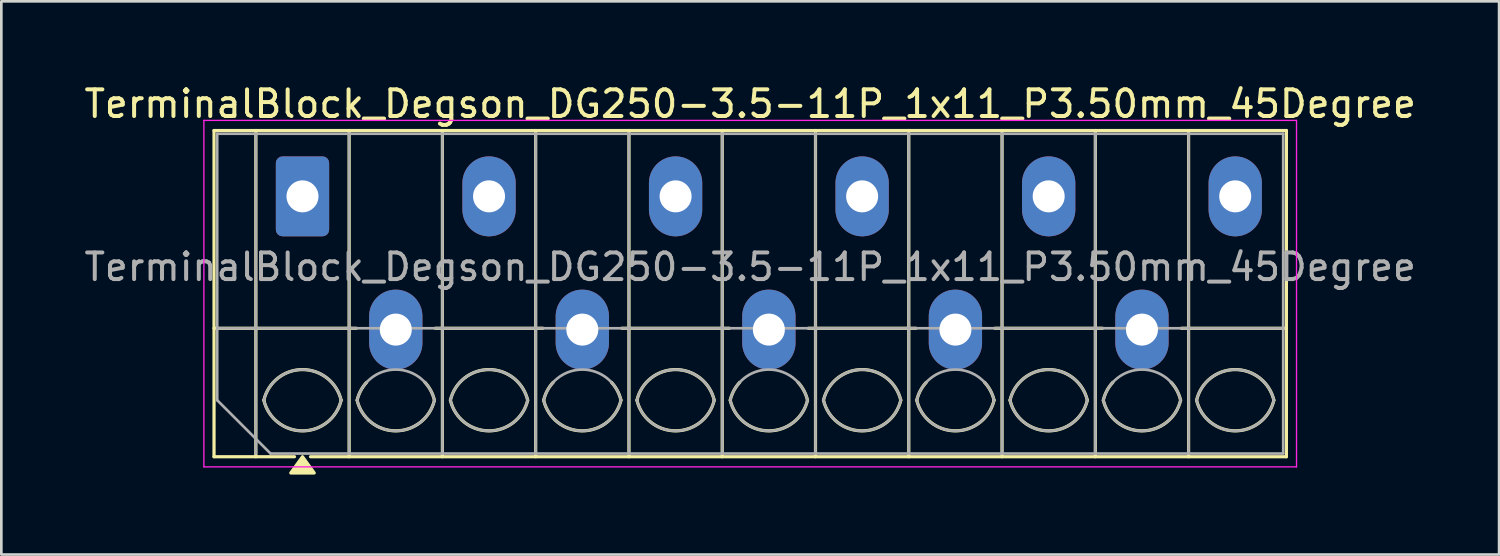
<source format=kicad_pcb>
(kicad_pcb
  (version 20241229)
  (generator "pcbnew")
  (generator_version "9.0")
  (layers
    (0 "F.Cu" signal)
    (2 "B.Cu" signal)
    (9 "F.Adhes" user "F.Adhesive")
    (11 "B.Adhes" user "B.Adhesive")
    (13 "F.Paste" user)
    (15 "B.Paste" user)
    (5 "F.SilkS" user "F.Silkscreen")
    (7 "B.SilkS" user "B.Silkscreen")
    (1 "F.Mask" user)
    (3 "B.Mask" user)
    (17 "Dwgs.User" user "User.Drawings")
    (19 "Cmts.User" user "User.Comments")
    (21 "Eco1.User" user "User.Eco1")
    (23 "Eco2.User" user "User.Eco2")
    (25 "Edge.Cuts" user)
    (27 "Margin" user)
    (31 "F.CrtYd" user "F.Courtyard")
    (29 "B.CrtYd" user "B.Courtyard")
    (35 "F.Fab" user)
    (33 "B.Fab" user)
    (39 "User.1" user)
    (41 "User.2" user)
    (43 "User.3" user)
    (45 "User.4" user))
  (footprint "TerminalBlock_Degson_DG250-3.5-11P_1x11_P3.50mm_45Degree"
    (layer "F.Cu")
    (at 8.301 4.318)
    (property "Reference" "TerminalBlock_Degson_DG250-3.5-11P_1x11_P3.50mm_45Degree" (at 16.8 -3.47 0) (layer "F.SilkS") (effects (font (size 1 1) (thickness 0.15))))
    (attr through_hole)
    (fp_line (start -3.32 -2.47) (end 36.92 -2.47) (stroke (width 0.12) (type solid)) (layer "F.SilkS"))
    (fp_line (start -3.32 4.95) (end 2.02 4.95) (stroke (width 0.12) (type solid)) (layer "F.SilkS"))
    (fp_line (start -3.32 9.77) (end -3.32 -2.47) (stroke (width 0.12) (type solid)) (layer "F.SilkS"))
    (fp_line (start -1.75 -2.47) (end -1.75 9.77) (stroke (width 0.12) (type solid)) (layer "F.SilkS"))
    (fp_line (start -0.3 9.77) (end -3.32 9.77) (stroke (width 0.12) (type solid)) (layer "F.SilkS"))
    (fp_line (start 1.75 -2.47) (end 1.75 9.77) (stroke (width 0.12) (type solid)) (layer "F.SilkS"))
    (fp_line (start 4.98 4.95) (end 9.02 4.95) (stroke (width 0.12) (type solid)) (layer "F.SilkS"))
    (fp_line (start 5.25 -2.47) (end 5.25 9.77) (stroke (width 0.12) (type solid)) (layer "F.SilkS"))
    (fp_line (start 8.75 -2.47) (end 8.75 9.77) (stroke (width 0.12) (type solid)) (layer "F.SilkS"))
    (fp_line (start 11.98 4.95) (end 16.02 4.95) (stroke (width 0.12) (type solid)) (layer "F.SilkS"))
    (fp_line (start 12.25 -2.47) (end 12.25 9.77) (stroke (width 0.12) (type solid)) (layer "F.SilkS"))
    (fp_line (start 15.75 -2.47) (end 15.75 9.77) (stroke (width 0.12) (type solid)) (layer "F.SilkS"))
    (fp_line (start 18.98 4.95) (end 23.02 4.95) (stroke (width 0.12) (type solid)) (layer "F.SilkS"))
    (fp_line (start 19.25 -2.47) (end 19.25 9.77) (stroke (width 0.12) (type solid)) (layer "F.SilkS"))
    (fp_line (start 22.75 -2.47) (end 22.75 9.77) (stroke (width 0.12) (type solid)) (layer "F.SilkS"))
    (fp_line (start 25.98 4.95) (end 30.02 4.95) (stroke (width 0.12) (type solid)) (layer "F.SilkS"))
    (fp_line (start 26.25 -2.47) (end 26.25 9.77) (stroke (width 0.12) (type solid)) (layer "F.SilkS"))
    (fp_line (start 29.75 -2.47) (end 29.75 9.77) (stroke (width 0.12) (type solid)) (layer "F.SilkS"))
    (fp_line (start 32.98 4.95) (end 36.92 4.95) (stroke (width 0.12) (type solid)) (layer "F.SilkS"))
    (fp_line (start 33.25 -2.47) (end 33.25 9.77) (stroke (width 0.12) (type solid)) (layer "F.SilkS"))
    (fp_line (start 36.92 -2.47) (end 36.92 9.77) (stroke (width 0.12) (type solid)) (layer "F.SilkS"))
    (fp_line (start 36.92 9.77) (end 0.3 9.77) (stroke (width 0.12) (type solid)) (layer "F.SilkS"))
    (fp_arc (start -1.45 7.65) (mid 0 6.5) (end 1.45 7.65) (stroke (width 0.12) (type solid)) (layer "F.SilkS"))
    (fp_arc (start 1.45 7.65) (mid 0 8.8) (end -1.45 7.65) (stroke (width 0.12) (type solid)) (layer "F.SilkS"))
    (fp_arc (start 2.05 7.65) (mid 2.18402 7.291962) (end 2.405 6.98) (stroke (width 0.12) (type solid)) (layer "F.SilkS"))
    (fp_arc (start 4.595 6.98) (mid 4.81598 7.291962) (end 4.95 7.65) (stroke (width 0.12) (type solid)) (layer "F.SilkS"))
    (fp_arc (start 4.95 7.65) (mid 3.5 8.8) (end 2.05 7.65) (stroke (width 0.12) (type solid)) (layer "F.SilkS"))
    (fp_arc (start 5.55 7.65) (mid 7 6.5) (end 8.45 7.65) (stroke (width 0.12) (type solid)) (layer "F.SilkS"))
    (fp_arc (start 8.45 7.65) (mid 7 8.8) (end 5.55 7.65) (stroke (width 0.12) (type solid)) (layer "F.SilkS"))
    (fp_arc (start 9.05 7.65) (mid 9.18402 7.291962) (end 9.405 6.98) (stroke (width 0.12) (type solid)) (layer "F.SilkS"))
    (fp_arc (start 11.595 6.98) (mid 11.81598 7.291962) (end 11.95 7.65) (stroke (width 0.12) (type solid)) (layer "F.SilkS"))
    (fp_arc (start 11.95 7.65) (mid 10.5 8.8) (end 9.05 7.65) (stroke (width 0.12) (type solid)) (layer "F.SilkS"))
    (fp_arc (start 12.55 7.65) (mid 14 6.5) (end 15.45 7.65) (stroke (width 0.12) (type solid)) (layer "F.SilkS"))
    (fp_arc (start 15.45 7.65) (mid 14 8.8) (end 12.55 7.65) (stroke (width 0.12) (type solid)) (layer "F.SilkS"))
    (fp_arc (start 16.05 7.65) (mid 16.18402 7.291962) (end 16.405 6.98) (stroke (width 0.12) (type solid)) (layer "F.SilkS"))
    (fp_arc (start 18.595 6.98) (mid 18.81598 7.291962) (end 18.95 7.65) (stroke (width 0.12) (type solid)) (layer "F.SilkS"))
    (fp_arc (start 18.95 7.65) (mid 17.5 8.8) (end 16.05 7.65) (stroke (width 0.12) (type solid)) (layer "F.SilkS"))
    (fp_arc (start 19.55 7.65) (mid 21 6.5) (end 22.45 7.65) (stroke (width 0.12) (type solid)) (layer "F.SilkS"))
    (fp_arc (start 22.45 7.65) (mid 21 8.8) (end 19.55 7.65) (stroke (width 0.12) (type solid)) (layer "F.SilkS"))
    (fp_arc (start 23.05 7.65) (mid 23.18402 7.291962) (end 23.405 6.98) (stroke (width 0.12) (type solid)) (layer "F.SilkS"))
    (fp_arc (start 25.595 6.98) (mid 25.81598 7.291962) (end 25.95 7.65) (stroke (width 0.12) (type solid)) (layer "F.SilkS"))
    (fp_arc (start 25.95 7.65) (mid 24.5 8.8) (end 23.05 7.65) (stroke (width 0.12) (type solid)) (layer "F.SilkS"))
    (fp_arc (start 26.55 7.65) (mid 28 6.5) (end 29.45 7.65) (stroke (width 0.12) (type solid)) (layer "F.SilkS"))
    (fp_arc (start 29.45 7.65) (mid 28 8.8) (end 26.55 7.65) (stroke (width 0.12) (type solid)) (layer "F.SilkS"))
    (fp_arc (start 30.05 7.65) (mid 30.18402 7.291962) (end 30.405 6.98) (stroke (width 0.12) (type solid)) (layer "F.SilkS"))
    (fp_arc (start 32.595 6.98) (mid 32.81598 7.291962) (end 32.95 7.65) (stroke (width 0.12) (type solid)) (layer "F.SilkS"))
    (fp_arc (start 32.95 7.65) (mid 31.5 8.8) (end 30.05 7.65) (stroke (width 0.12) (type solid)) (layer "F.SilkS"))
    (fp_arc (start 33.55 7.65) (mid 35 6.5) (end 36.45 7.65) (stroke (width 0.12) (type solid)) (layer "F.SilkS"))
    (fp_arc (start 36.45 7.65) (mid 35 8.8) (end 33.55 7.65) (stroke (width 0.12) (type solid)) (layer "F.SilkS"))
    (fp_poly (pts (xy 0 9.77) (xy 0.44 10.38) (xy -0.44 10.38)) (stroke (width 0.12) (type solid)) (fill yes) (layer "F.SilkS"))
    (fp_line (start -3.7 -2.85) (end -3.7 10.15) (stroke (width 0.05) (type solid)) (layer "F.CrtYd"))
    (fp_line (start -3.7 10.15) (end 37.3 10.15) (stroke (width 0.05) (type solid)) (layer "F.CrtYd"))
    (fp_line (start 37.3 -2.85) (end -3.7 -2.85) (stroke (width 0.05) (type solid)) (layer "F.CrtYd"))
    (fp_line (start 37.3 10.15) (end 37.3 -2.85) (stroke (width 0.05) (type solid)) (layer "F.CrtYd"))
    (fp_line (start -3.2 -2.35) (end 36.8 -2.35) (stroke (width 0.1) (type solid)) (layer "F.Fab"))
    (fp_line (start -3.2 4.95) (end 36.8 4.95) (stroke (width 0.1) (type solid)) (layer "F.Fab"))
    (fp_line (start -3.2 7.65) (end -3.2 -2.35) (stroke (width 0.1) (type solid)) (layer "F.Fab"))
    (fp_line (start -1.75 -2.35) (end -1.75 9.65) (stroke (width 0.1) (type solid)) (layer "F.Fab"))
    (fp_line (start -1.2 9.65) (end -3.2 7.65) (stroke (width 0.1) (type solid)) (layer "F.Fab"))
    (fp_line (start 1.75 -2.35) (end 1.75 9.65) (stroke (width 0.1) (type solid)) (layer "F.Fab"))
    (fp_line (start 5.25 -2.35) (end 5.25 9.65) (stroke (width 0.1) (type solid)) (layer "F.Fab"))
    (fp_line (start 8.75 -2.35) (end 8.75 9.65) (stroke (width 0.1) (type solid)) (layer "F.Fab"))
    (fp_line (start 12.25 -2.35) (end 12.25 9.65) (stroke (width 0.1) (type solid)) (layer "F.Fab"))
    (fp_line (start 15.75 -2.35) (end 15.75 9.65) (stroke (width 0.1) (type solid)) (layer "F.Fab"))
    (fp_line (start 19.25 -2.35) (end 19.25 9.65) (stroke (width 0.1) (type solid)) (layer "F.Fab"))
    (fp_line (start 22.75 -2.35) (end 22.75 9.65) (stroke (width 0.1) (type solid)) (layer "F.Fab"))
    (fp_line (start 26.25 -2.35) (end 26.25 9.65) (stroke (width 0.1) (type solid)) (layer "F.Fab"))
    (fp_line (start 29.75 -2.35) (end 29.75 9.65) (stroke (width 0.1) (type solid)) (layer "F.Fab"))
    (fp_line (start 33.25 -2.35) (end 33.25 9.65) (stroke (width 0.1) (type solid)) (layer "F.Fab"))
    (fp_line (start 36.8 -2.35) (end 36.8 9.65) (stroke (width 0.1) (type solid)) (layer "F.Fab"))
    (fp_line (start 36.8 9.65) (end -1.2 9.65) (stroke (width 0.1) (type solid)) (layer "F.Fab"))
    (fp_arc (start -1.45 7.65) (mid 0 6.5) (end 1.45 7.65) (stroke (width 0.1) (type solid)) (layer "F.Fab"))
    (fp_arc (start 1.45 7.65) (mid 0 8.8) (end -1.45 7.65) (stroke (width 0.1) (type solid)) (layer "F.Fab"))
    (fp_arc (start 2.05 7.65) (mid 3.5 6.5) (end 4.95 7.65) (stroke (width 0.1) (type solid)) (layer "F.Fab"))
    (fp_arc (start 4.95 7.65) (mid 3.5 8.8) (end 2.05 7.65) (stroke (width 0.1) (type solid)) (layer "F.Fab"))
    (fp_arc (start 5.55 7.65) (mid 7 6.5) (end 8.45 7.65) (stroke (width 0.1) (type solid)) (layer "F.Fab"))
    (fp_arc (start 8.45 7.65) (mid 7 8.8) (end 5.55 7.65) (stroke (width 0.1) (type solid)) (layer "F.Fab"))
    (fp_arc (start 9.05 7.65) (mid 10.5 6.5) (end 11.95 7.65) (stroke (width 0.1) (type solid)) (layer "F.Fab"))
    (fp_arc (start 11.95 7.65) (mid 10.5 8.8) (end 9.05 7.65) (stroke (width 0.1) (type solid)) (layer "F.Fab"))
    (fp_arc (start 12.55 7.65) (mid 14 6.5) (end 15.45 7.65) (stroke (width 0.1) (type solid)) (layer "F.Fab"))
    (fp_arc (start 15.45 7.65) (mid 14 8.8) (end 12.55 7.65) (stroke (width 0.1) (type solid)) (layer "F.Fab"))
    (fp_arc (start 16.05 7.65) (mid 17.5 6.5) (end 18.95 7.65) (stroke (width 0.1) (type solid)) (layer "F.Fab"))
    (fp_arc (start 18.95 7.65) (mid 17.5 8.8) (end 16.05 7.65) (stroke (width 0.1) (type solid)) (layer "F.Fab"))
    (fp_arc (start 19.55 7.65) (mid 21 6.5) (end 22.45 7.65) (stroke (width 0.1) (type solid)) (layer "F.Fab"))
    (fp_arc (start 22.45 7.65) (mid 21 8.8) (end 19.55 7.65) (stroke (width 0.1) (type solid)) (layer "F.Fab"))
    (fp_arc (start 23.05 7.65) (mid 24.5 6.5) (end 25.95 7.65) (stroke (width 0.1) (type solid)) (layer "F.Fab"))
    (fp_arc (start 25.95 7.65) (mid 24.5 8.8) (end 23.05 7.65) (stroke (width 0.1) (type solid)) (layer "F.Fab"))
    (fp_arc (start 26.55 7.65) (mid 28 6.5) (end 29.45 7.65) (stroke (width 0.1) (type solid)) (layer "F.Fab"))
    (fp_arc (start 29.45 7.65) (mid 28 8.8) (end 26.55 7.65) (stroke (width 0.1) (type solid)) (layer "F.Fab"))
    (fp_arc (start 30.05 7.65) (mid 31.5 6.5) (end 32.95 7.65) (stroke (width 0.1) (type solid)) (layer "F.Fab"))
    (fp_arc (start 32.95 7.65) (mid 31.5 8.8) (end 30.05 7.65) (stroke (width 0.1) (type solid)) (layer "F.Fab"))
    (fp_arc (start 33.55 7.65) (mid 35 6.5) (end 36.45 7.65) (stroke (width 0.1) (type solid)) (layer "F.Fab"))
    (fp_arc (start 36.45 7.65) (mid 35 8.8) (end 33.55 7.65) (stroke (width 0.1) (type solid)) (layer "F.Fab"))
    (fp_text user "${REFERENCE}" (at 16.8 2.65 0) (layer "F.Fab") (effects (font (size 1 1) (thickness 0.15))))
    (pad "1" thru_hole roundrect (at 0 0) (size 2 3) (drill 1.2) (layers "*.Cu" "*.Mask") (roundrect_rratio 0.125))
    (pad "2" thru_hole oval (at 3.5 5) (size 2 3) (drill 1.2) (layers "*.Cu" "*.Mask"))
    (pad "3" thru_hole oval (at 7 0) (size 2 3) (drill 1.2) (layers "*.Cu" "*.Mask"))
    (pad "4" thru_hole oval (at 10.5 5) (size 2 3) (drill 1.2) (layers "*.Cu" "*.Mask"))
    (pad "5" thru_hole oval (at 14 0) (size 2 3) (drill 1.2) (layers "*.Cu" "*.Mask"))
    (pad "6" thru_hole oval (at 17.5 5) (size 2 3) (drill 1.2) (layers "*.Cu" "*.Mask"))
    (pad "7" thru_hole oval (at 21 0) (size 2 3) (drill 1.2) (layers "*.Cu" "*.Mask"))
    (pad "8" thru_hole oval (at 24.5 5) (size 2 3) (drill 1.2) (layers "*.Cu" "*.Mask"))
    (pad "9" thru_hole oval (at 28 0) (size 2 3) (drill 1.2) (layers "*.Cu" "*.Mask"))
    (pad "10" thru_hole oval (at 31.5 5) (size 2 3) (drill 1.2) (layers "*.Cu" "*.Mask"))
    (pad "11" thru_hole oval (at 35 0) (size 2 3) (drill 1.2) (layers "*.Cu" "*.Mask")))
  (gr_rect
    (start -3 -3)
    (end 53.202 17.758)
    (stroke (width 0.1) (type default))
    (fill no)
    (layer "Edge.Cuts")))
</source>
